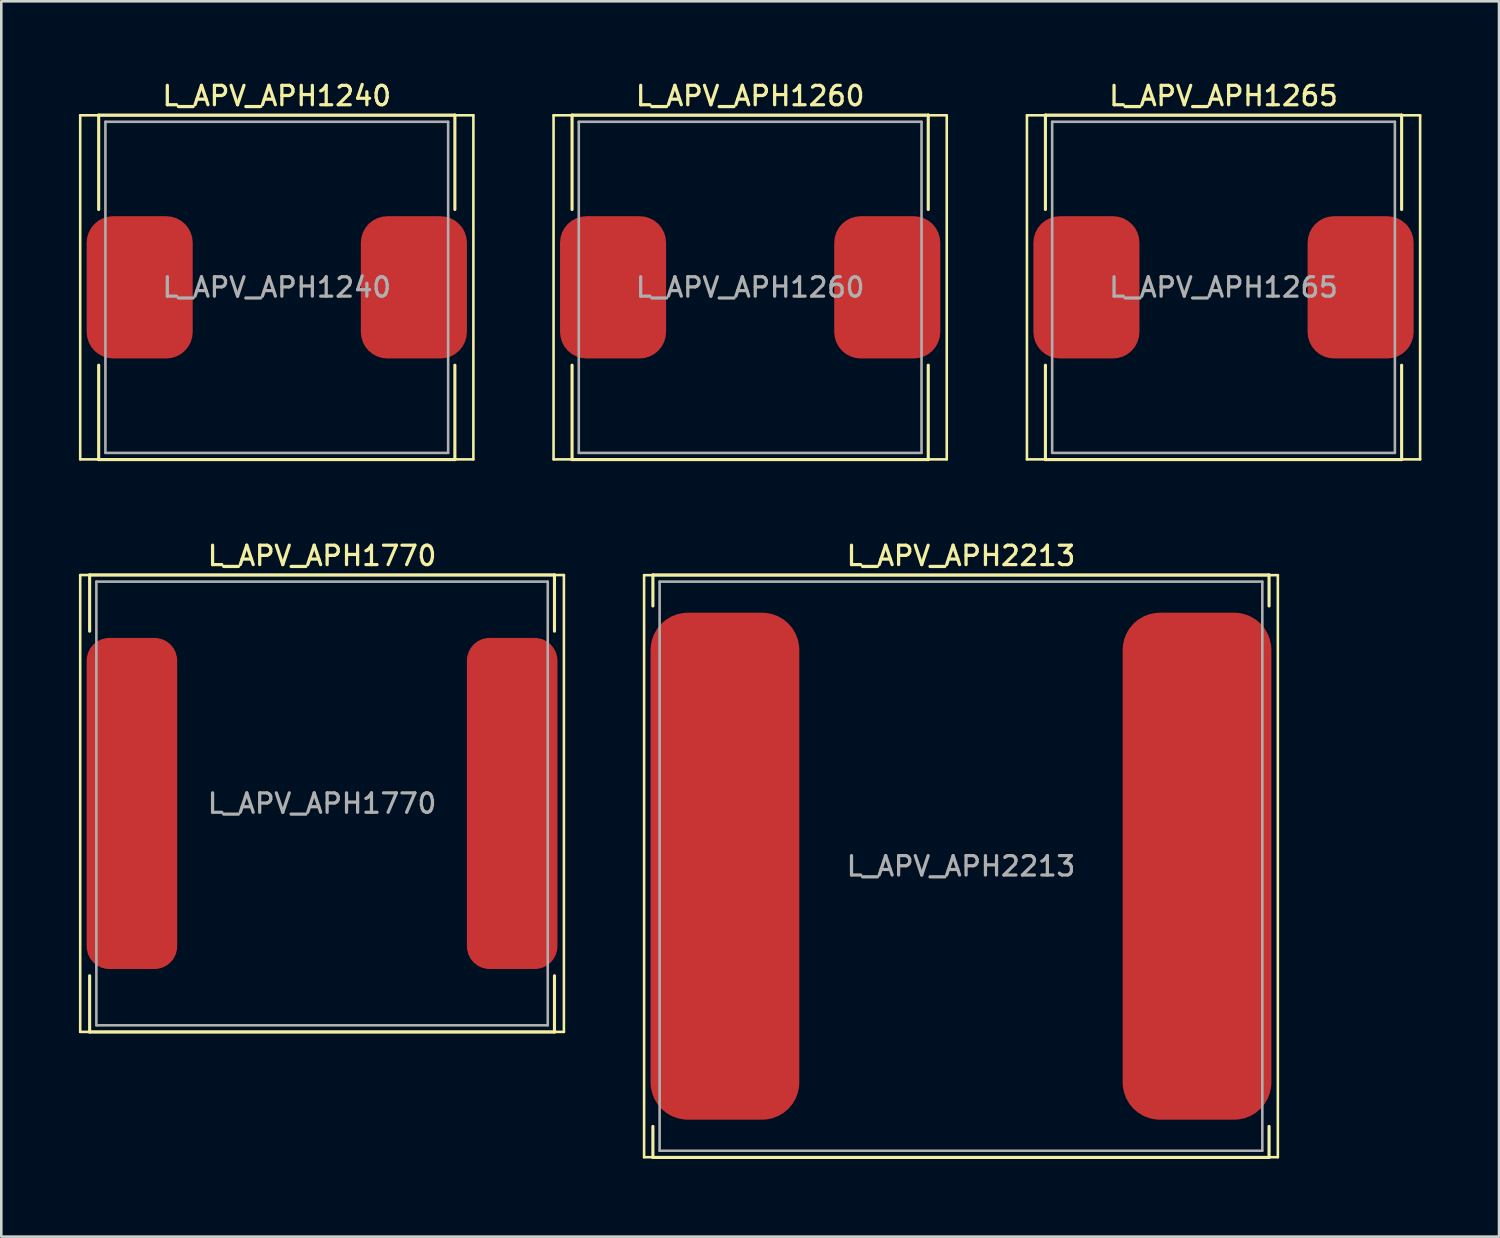
<source format=kicad_pcb>
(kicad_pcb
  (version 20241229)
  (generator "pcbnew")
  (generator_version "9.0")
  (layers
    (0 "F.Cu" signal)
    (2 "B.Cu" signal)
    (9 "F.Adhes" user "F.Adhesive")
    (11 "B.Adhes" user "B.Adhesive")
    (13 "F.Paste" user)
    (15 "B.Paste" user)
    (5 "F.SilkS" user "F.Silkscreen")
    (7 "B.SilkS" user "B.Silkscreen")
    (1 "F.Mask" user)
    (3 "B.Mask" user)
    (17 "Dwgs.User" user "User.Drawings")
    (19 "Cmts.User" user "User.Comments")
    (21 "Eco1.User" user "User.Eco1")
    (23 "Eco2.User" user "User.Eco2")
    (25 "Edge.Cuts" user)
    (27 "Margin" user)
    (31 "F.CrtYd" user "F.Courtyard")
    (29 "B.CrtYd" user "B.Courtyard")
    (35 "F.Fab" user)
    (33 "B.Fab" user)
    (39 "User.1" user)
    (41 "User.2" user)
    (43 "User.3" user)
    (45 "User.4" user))
  (footprint "L_APV_APH1240"
    (layer "F.Cu")
    (at 7.65 8.058)
    (property "Reference" "L_APV_APH1240" (at 0 -7.4 0) (layer "F.SilkS") (effects (font (size 0.75 0.75) (thickness 0.125))))
    (attr smd)
    (fp_line (start -7.6 -6.65) (end -7.6 6.65) (stroke (width 0.1) (type solid)) (layer "F.SilkS"))
    (fp_line (start -7.6 6.65) (end 7.6 6.65) (stroke (width 0.1) (type solid)) (layer "F.SilkS"))
    (fp_line (start -6.885 -6.66) (end -6.885 -3.01) (stroke (width 0.12) (type solid)) (layer "F.SilkS"))
    (fp_line (start -6.885 -6.66) (end 6.885 -6.66) (stroke (width 0.12) (type solid)) (layer "F.SilkS"))
    (fp_line (start -6.885 6.66) (end -6.885 3.01) (stroke (width 0.12) (type solid)) (layer "F.SilkS"))
    (fp_line (start -6.885 6.66) (end 6.885 6.66) (stroke (width 0.12) (type solid)) (layer "F.SilkS"))
    (fp_line (start 6.885 -6.66) (end 6.885 -3.01) (stroke (width 0.12) (type solid)) (layer "F.SilkS"))
    (fp_line (start 6.885 6.66) (end 6.885 3.01) (stroke (width 0.12) (type solid)) (layer "F.SilkS"))
    (fp_line (start 7.6 -6.65) (end -7.6 -6.65) (stroke (width 0.1) (type solid)) (layer "F.SilkS"))
    (fp_line (start 7.6 6.65) (end 7.6 -6.65) (stroke (width 0.1) (type solid)) (layer "F.SilkS"))
    (fp_line (start -6.625 -6.4) (end -6.625 6.4) (stroke (width 0.1) (type solid)) (layer "F.Fab"))
    (fp_line (start -6.625 6.4) (end 6.625 6.4) (stroke (width 0.1) (type solid)) (layer "F.Fab"))
    (fp_line (start 6.625 -6.4) (end -6.625 -6.4) (stroke (width 0.1) (type solid)) (layer "F.Fab"))
    (fp_line (start 6.625 6.4) (end 6.625 -6.4) (stroke (width 0.1) (type solid)) (layer "F.Fab"))
    (fp_text user "${REFERENCE}" (at 0 0 0) (layer "F.Fab") (effects (font (size 0.75 0.75) (thickness 0.125))))
    (pad "1" smd roundrect (at -5.3 0) (size 4.1 5.5) (layers "F.Cu" "F.Mask" "F.Paste") (roundrect_rratio 0.25))
    (pad "2" smd roundrect (at 5.3 0) (size 4.1 5.5) (layers "F.Cu" "F.Mask" "F.Paste") (roundrect_rratio 0.25)))
  (footprint "L_APV_APH1770"
    (layer "F.Cu")
    (at 9.4 28.011)
    (property "Reference" "L_APV_APH1770" (at 0 -9.575 0) (layer "F.SilkS") (effects (font (size 0.75 0.75) (thickness 0.125))))
    (attr smd)
    (fp_line (start -9.35 -8.83) (end -9.35 8.83) (stroke (width 0.1) (type solid)) (layer "F.SilkS"))
    (fp_line (start -9.35 8.83) (end 9.35 8.83) (stroke (width 0.1) (type solid)) (layer "F.SilkS"))
    (fp_line (start -8.985 -8.835) (end -8.985 -6.66) (stroke (width 0.12) (type solid)) (layer "F.SilkS"))
    (fp_line (start -8.985 -8.835) (end 8.985 -8.835) (stroke (width 0.12) (type solid)) (layer "F.SilkS"))
    (fp_line (start -8.985 8.835) (end -8.985 6.66) (stroke (width 0.12) (type solid)) (layer "F.SilkS"))
    (fp_line (start -8.985 8.835) (end 8.985 8.835) (stroke (width 0.12) (type solid)) (layer "F.SilkS"))
    (fp_line (start 8.985 -8.835) (end 8.985 -6.66) (stroke (width 0.12) (type solid)) (layer "F.SilkS"))
    (fp_line (start 8.985 8.835) (end 8.985 6.66) (stroke (width 0.12) (type solid)) (layer "F.SilkS"))
    (fp_line (start 9.35 -8.83) (end -9.35 -8.83) (stroke (width 0.1) (type solid)) (layer "F.SilkS"))
    (fp_line (start 9.35 8.83) (end 9.35 -8.83) (stroke (width 0.1) (type solid)) (layer "F.SilkS"))
    (fp_line (start -8.725 -8.575) (end -8.725 8.575) (stroke (width 0.1) (type solid)) (layer "F.Fab"))
    (fp_line (start -8.725 8.575) (end 8.725 8.575) (stroke (width 0.1) (type solid)) (layer "F.Fab"))
    (fp_line (start 8.725 -8.575) (end -8.725 -8.575) (stroke (width 0.1) (type solid)) (layer "F.Fab"))
    (fp_line (start 8.725 8.575) (end 8.725 -8.575) (stroke (width 0.1) (type solid)) (layer "F.Fab"))
    (fp_text user "${REFERENCE}" (at 0 0 0) (layer "F.Fab") (effects (font (size 0.75 0.75) (thickness 0.125))))
    (pad "1" smd roundrect (at -7.35 0) (size 3.5 12.8) (layers "F.Cu" "F.Mask" "F.Paste") (roundrect_rratio 0.25))
    (pad "2" smd roundrect (at 7.35 0) (size 3.5 12.8) (layers "F.Cu" "F.Mask" "F.Paste") (roundrect_rratio 0.25)))
  (footprint "L_APV_APH2213"
    (layer "F.Cu")
    (at 34.1 30.436)
    (property "Reference" "L_APV_APH2213" (at 0 -12 0) (layer "F.SilkS") (effects (font (size 0.75 0.75) (thickness 0.125))))
    (attr smd)
    (fp_line (start -12.25 -11.25) (end -12.25 11.25) (stroke (width 0.1) (type solid)) (layer "F.SilkS"))
    (fp_line (start -12.25 11.25) (end 12.25 11.25) (stroke (width 0.1) (type solid)) (layer "F.SilkS"))
    (fp_line (start -11.91 -11.26) (end -11.91 -10.06) (stroke (width 0.12) (type solid)) (layer "F.SilkS"))
    (fp_line (start -11.91 -11.26) (end 11.91 -11.26) (stroke (width 0.12) (type solid)) (layer "F.SilkS"))
    (fp_line (start -11.91 11.26) (end -11.91 10.06) (stroke (width 0.12) (type solid)) (layer "F.SilkS"))
    (fp_line (start -11.91 11.26) (end 11.91 11.26) (stroke (width 0.12) (type solid)) (layer "F.SilkS"))
    (fp_line (start 11.91 -11.26) (end 11.91 -10.06) (stroke (width 0.12) (type solid)) (layer "F.SilkS"))
    (fp_line (start 11.91 11.26) (end 11.91 10.06) (stroke (width 0.12) (type solid)) (layer "F.SilkS"))
    (fp_line (start 12.25 -11.25) (end -12.25 -11.25) (stroke (width 0.1) (type solid)) (layer "F.SilkS"))
    (fp_line (start 12.25 11.25) (end 12.25 -11.25) (stroke (width 0.1) (type solid)) (layer "F.SilkS"))
    (fp_line (start -11.65 -11) (end -11.65 11) (stroke (width 0.1) (type solid)) (layer "F.Fab"))
    (fp_line (start -11.65 11) (end 11.65 11) (stroke (width 0.1) (type solid)) (layer "F.Fab"))
    (fp_line (start 11.65 -11) (end -11.65 -11) (stroke (width 0.1) (type solid)) (layer "F.Fab"))
    (fp_line (start 11.65 11) (end 11.65 -11) (stroke (width 0.1) (type solid)) (layer "F.Fab"))
    (fp_text user "${REFERENCE}" (at 0 0 0) (layer "F.Fab") (effects (font (size 0.75 0.75) (thickness 0.125))))
    (pad "1" smd roundrect (at -9.125 0) (size 5.75 19.6) (layers "F.Cu" "F.Mask" "F.Paste") (roundrect_rratio 0.25))
    (pad "2" smd roundrect (at 9.125 0) (size 5.75 19.6) (layers "F.Cu" "F.Mask" "F.Paste") (roundrect_rratio 0.25)))
  (footprint "L_APV_APH1260"
    (layer "F.Cu")
    (at 25.95 8.058)
    (property "Reference" "L_APV_APH1260" (at 0 -7.4 0) (layer "F.SilkS") (effects (font (size 0.75 0.75) (thickness 0.125))))
    (attr smd)
    (fp_line (start -7.6 -6.65) (end -7.6 6.65) (stroke (width 0.1) (type solid)) (layer "F.SilkS"))
    (fp_line (start -7.6 6.65) (end 7.6 6.65) (stroke (width 0.1) (type solid)) (layer "F.SilkS"))
    (fp_line (start -6.885 -6.66) (end -6.885 -3.01) (stroke (width 0.12) (type solid)) (layer "F.SilkS"))
    (fp_line (start -6.885 -6.66) (end 6.885 -6.66) (stroke (width 0.12) (type solid)) (layer "F.SilkS"))
    (fp_line (start -6.885 6.66) (end -6.885 3.01) (stroke (width 0.12) (type solid)) (layer "F.SilkS"))
    (fp_line (start -6.885 6.66) (end 6.885 6.66) (stroke (width 0.12) (type solid)) (layer "F.SilkS"))
    (fp_line (start 6.885 -6.66) (end 6.885 -3.01) (stroke (width 0.12) (type solid)) (layer "F.SilkS"))
    (fp_line (start 6.885 6.66) (end 6.885 3.01) (stroke (width 0.12) (type solid)) (layer "F.SilkS"))
    (fp_line (start 7.6 -6.65) (end -7.6 -6.65) (stroke (width 0.1) (type solid)) (layer "F.SilkS"))
    (fp_line (start 7.6 6.65) (end 7.6 -6.65) (stroke (width 0.1) (type solid)) (layer "F.SilkS"))
    (fp_line (start -6.625 -6.4) (end -6.625 6.4) (stroke (width 0.1) (type solid)) (layer "F.Fab"))
    (fp_line (start -6.625 6.4) (end 6.625 6.4) (stroke (width 0.1) (type solid)) (layer "F.Fab"))
    (fp_line (start 6.625 -6.4) (end -6.625 -6.4) (stroke (width 0.1) (type solid)) (layer "F.Fab"))
    (fp_line (start 6.625 6.4) (end 6.625 -6.4) (stroke (width 0.1) (type solid)) (layer "F.Fab"))
    (fp_text user "${REFERENCE}" (at 0 0 0) (layer "F.Fab") (effects (font (size 0.75 0.75) (thickness 0.125))))
    (pad "1" smd roundrect (at -5.3 0) (size 4.1 5.5) (layers "F.Cu" "F.Mask" "F.Paste") (roundrect_rratio 0.25))
    (pad "2" smd roundrect (at 5.3 0) (size 4.1 5.5) (layers "F.Cu" "F.Mask" "F.Paste") (roundrect_rratio 0.25)))
  (footprint "L_APV_APH1265"
    (layer "F.Cu")
    (at 44.25 8.058)
    (property "Reference" "L_APV_APH1265" (at 0 -7.4 0) (layer "F.SilkS") (effects (font (size 0.75 0.75) (thickness 0.125))))
    (attr smd)
    (fp_line (start -7.6 -6.65) (end -7.6 6.65) (stroke (width 0.1) (type solid)) (layer "F.SilkS"))
    (fp_line (start -7.6 6.65) (end 7.6 6.65) (stroke (width 0.1) (type solid)) (layer "F.SilkS"))
    (fp_line (start -6.885 -6.66) (end -6.885 -3.01) (stroke (width 0.12) (type solid)) (layer "F.SilkS"))
    (fp_line (start -6.885 -6.66) (end 6.885 -6.66) (stroke (width 0.12) (type solid)) (layer "F.SilkS"))
    (fp_line (start -6.885 6.66) (end -6.885 3.01) (stroke (width 0.12) (type solid)) (layer "F.SilkS"))
    (fp_line (start -6.885 6.66) (end 6.885 6.66) (stroke (width 0.12) (type solid)) (layer "F.SilkS"))
    (fp_line (start 6.885 -6.66) (end 6.885 -3.01) (stroke (width 0.12) (type solid)) (layer "F.SilkS"))
    (fp_line (start 6.885 6.66) (end 6.885 3.01) (stroke (width 0.12) (type solid)) (layer "F.SilkS"))
    (fp_line (start 7.6 -6.65) (end -7.6 -6.65) (stroke (width 0.1) (type solid)) (layer "F.SilkS"))
    (fp_line (start 7.6 6.65) (end 7.6 -6.65) (stroke (width 0.1) (type solid)) (layer "F.SilkS"))
    (fp_line (start -6.625 -6.4) (end -6.625 6.4) (stroke (width 0.1) (type solid)) (layer "F.Fab"))
    (fp_line (start -6.625 6.4) (end 6.625 6.4) (stroke (width 0.1) (type solid)) (layer "F.Fab"))
    (fp_line (start 6.625 -6.4) (end -6.625 -6.4) (stroke (width 0.1) (type solid)) (layer "F.Fab"))
    (fp_line (start 6.625 6.4) (end 6.625 -6.4) (stroke (width 0.1) (type solid)) (layer "F.Fab"))
    (fp_text user "${REFERENCE}" (at 0 0 0) (layer "F.Fab") (effects (font (size 0.75 0.75) (thickness 0.125))))
    (pad "1" smd roundrect (at -5.3 0) (size 4.1 5.5) (layers "F.Cu" "F.Mask" "F.Paste") (roundrect_rratio 0.25))
    (pad "2" smd roundrect (at 5.3 0) (size 4.1 5.5) (layers "F.Cu" "F.Mask" "F.Paste") (roundrect_rratio 0.25)))
  (gr_rect
    (start -3 -3)
    (end 54.9 44.756)
    (stroke (width 0.1) (type default))
    (fill no)
    (layer "Edge.Cuts")))
</source>
